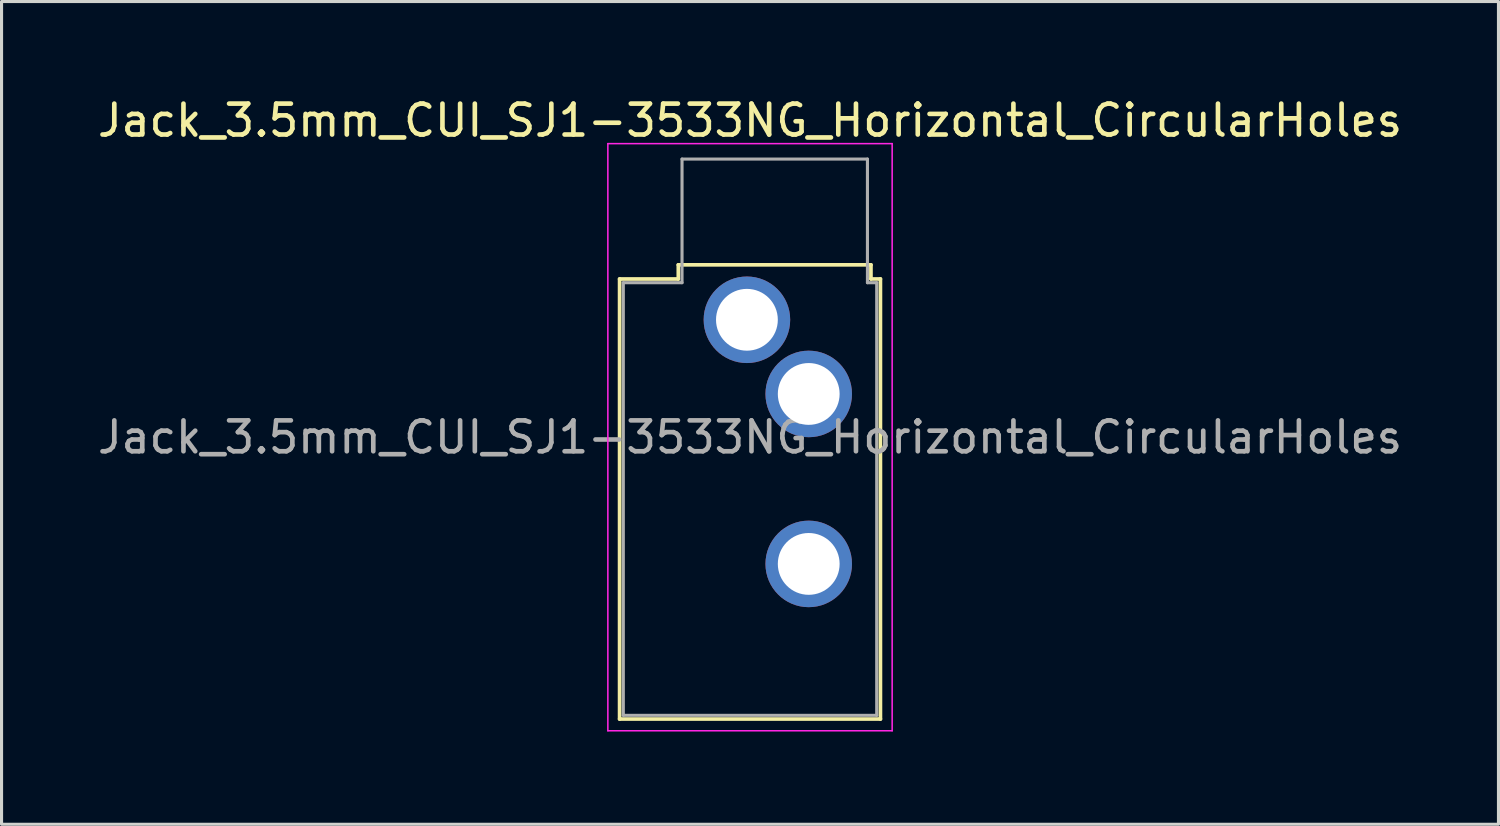
<source format=kicad_pcb>
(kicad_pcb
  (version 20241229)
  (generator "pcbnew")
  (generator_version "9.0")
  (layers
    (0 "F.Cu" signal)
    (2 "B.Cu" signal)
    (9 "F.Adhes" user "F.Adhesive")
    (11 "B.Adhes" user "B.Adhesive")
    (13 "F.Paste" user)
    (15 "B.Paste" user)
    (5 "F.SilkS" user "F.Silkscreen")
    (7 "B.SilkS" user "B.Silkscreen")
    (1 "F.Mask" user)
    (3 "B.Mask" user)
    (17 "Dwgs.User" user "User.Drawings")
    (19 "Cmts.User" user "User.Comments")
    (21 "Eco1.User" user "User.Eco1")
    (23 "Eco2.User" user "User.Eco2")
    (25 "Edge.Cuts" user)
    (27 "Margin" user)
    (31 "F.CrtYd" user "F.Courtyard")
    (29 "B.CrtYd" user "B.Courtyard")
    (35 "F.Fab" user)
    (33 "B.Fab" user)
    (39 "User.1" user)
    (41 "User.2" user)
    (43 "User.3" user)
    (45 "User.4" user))
  (footprint "Jack_3.5mm_CUI_SJ1-3533NG_Horizontal_CircularHoles"
    (layer "F.Cu")
    (at 21.12 7.298)
    (property "Reference" "Jack_3.5mm_CUI_SJ1-3533NG_Horizontal_CircularHoles" (at 0.1 -6.45 0) (layer "F.SilkS") (effects (font (size 1 1) (thickness 0.15))))
    (attr through_hole)
    (fp_line (start -4.12 -1.32) (end -2.22 -1.32) (stroke (width 0.12) (type solid)) (layer "F.SilkS"))
    (fp_line (start -4.12 12.92) (end -4.12 -1.32) (stroke (width 0.12) (type solid)) (layer "F.SilkS"))
    (fp_line (start -2.22 -1.778) (end 4.013 -1.778) (stroke (width 0.12) (type default)) (layer "F.SilkS"))
    (fp_line (start -2.22 -1.32) (end -2.22 -1.778) (stroke (width 0.12) (type default)) (layer "F.SilkS"))
    (fp_line (start 4.013 -1.321) (end 4.013 -1.778) (stroke (width 0.12) (type default)) (layer "F.SilkS"))
    (fp_line (start 4.32 -1.321) (end 4.013 -1.321) (stroke (width 0.12) (type default)) (layer "F.SilkS"))
    (fp_line (start 4.32 -1.321) (end 4.32 12.92) (stroke (width 0.12) (type solid)) (layer "F.SilkS"))
    (fp_line (start 4.32 12.92) (end -4.12 12.92) (stroke (width 0.12) (type solid)) (layer "F.SilkS"))
    (fp_line (start -4.5 -5.7) (end -4.5 13.3) (stroke (width 0.05) (type solid)) (layer "F.CrtYd"))
    (fp_line (start -4.5 13.3) (end 4.7 13.3) (stroke (width 0.05) (type solid)) (layer "F.CrtYd"))
    (fp_line (start 4.7 -5.7) (end -4.5 -5.7) (stroke (width 0.05) (type solid)) (layer "F.CrtYd"))
    (fp_line (start 4.7 13.3) (end 4.7 -5.7) (stroke (width 0.05) (type solid)) (layer "F.CrtYd"))
    (fp_line (start -4 -1.2) (end -2.1 -1.2) (stroke (width 0.1) (type solid)) (layer "F.Fab"))
    (fp_line (start -4 12.8) (end -4 -1.2) (stroke (width 0.1) (type solid)) (layer "F.Fab"))
    (fp_line (start -2.1 -5.2) (end 3.9 -5.2) (stroke (width 0.1) (type solid)) (layer "F.Fab"))
    (fp_line (start -2.1 -1.2) (end -2.1 -5.2) (stroke (width 0.1) (type solid)) (layer "F.Fab"))
    (fp_line (start 3.9 -5.2) (end 3.9 -1.2) (stroke (width 0.1) (type solid)) (layer "F.Fab"))
    (fp_line (start 3.9 -1.2) (end 4.2 -1.2) (stroke (width 0.1) (type solid)) (layer "F.Fab"))
    (fp_line (start 4.2 -1.2) (end 4.2 12.8) (stroke (width 0.1) (type solid)) (layer "F.Fab"))
    (fp_line (start 4.2 12.8) (end -4 12.8) (stroke (width 0.1) (type solid)) (layer "F.Fab"))
    (fp_text user "${REFERENCE}" (at 0.1 3.8 0) (layer "F.Fab") (effects (font (size 1 1) (thickness 0.15))))
    (pad "R" thru_hole circle (at 2 7.9) (size 2.8 2.8) (drill 2) (layers "*.Cu" "*.Mask"))
    (pad "S" thru_hole circle (at 0 0) (size 2.8 2.8) (drill 2) (layers "*.Cu" "*.Mask"))
    (pad "T" thru_hole circle (at 2 2.4) (size 2.8 2.8) (drill 2) (layers "*.Cu" "*.Mask")))
  (gr_rect
    (start -3 -3)
    (end 45.44 23.623)
    (stroke (width 0.1) (type default))
    (fill no)
    (layer "Edge.Cuts")))
</source>
